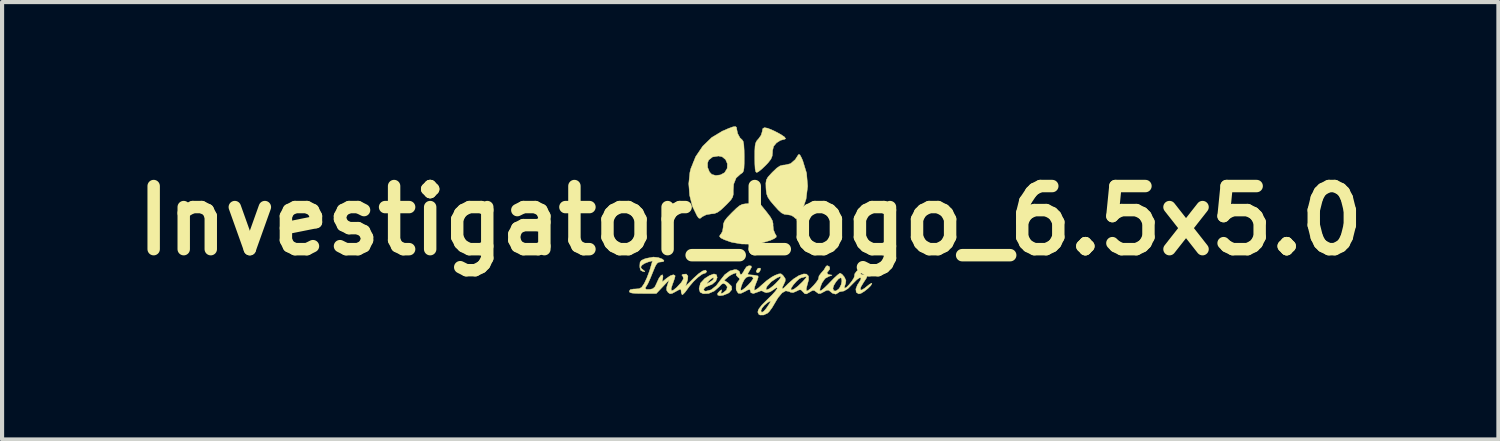
<source format=kicad_pcb>
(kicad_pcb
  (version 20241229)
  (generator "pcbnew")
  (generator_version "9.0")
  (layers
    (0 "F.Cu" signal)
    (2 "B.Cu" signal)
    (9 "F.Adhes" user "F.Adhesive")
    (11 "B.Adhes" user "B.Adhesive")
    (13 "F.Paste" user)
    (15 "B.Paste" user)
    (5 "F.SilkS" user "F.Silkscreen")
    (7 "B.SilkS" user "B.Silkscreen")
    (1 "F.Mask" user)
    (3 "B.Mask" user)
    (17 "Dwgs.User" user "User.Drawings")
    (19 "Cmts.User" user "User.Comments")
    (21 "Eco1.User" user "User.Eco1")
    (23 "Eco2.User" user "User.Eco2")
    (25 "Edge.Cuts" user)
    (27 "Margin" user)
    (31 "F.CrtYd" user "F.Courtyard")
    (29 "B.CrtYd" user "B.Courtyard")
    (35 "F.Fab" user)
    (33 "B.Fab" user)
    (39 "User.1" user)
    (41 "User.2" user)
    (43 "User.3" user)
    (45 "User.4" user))
  (footprint "Investigator_Logo_6.5x5.0"
    (layer "F.Cu")
    (at 15.066 2.277)
    (property "Reference" "Investigator_Logo_6.5x5.0" (at 0 0 0) (layer "F.SilkS") (effects (font (size 1.524 1.524) (thickness 0.3))))
    (attr through_hole)
    (fp_poly (pts (xy 0.246 1.148) (xy 0.248 1.185) (xy 0.219 1.241) (xy 0.177 1.262) (xy 0.148 1.241) (xy 0.145 1.222) (xy 0.175 1.164) (xy 0.202 1.147) (xy 0.246 1.148)) (stroke (width 0.01) (type solid)) (fill yes) (layer "F.SilkS"))
    (fp_poly (pts (xy 0.394 -0.209) (xy 0.486 -0.087) (xy 0.536 0.004) (xy 0.552 0.08) (xy 0.55 0.11) (xy 0.561 0.222) (xy 0.597 0.312) (xy 0.629 0.366) (xy 0.626 0.401) (xy 0.578 0.435) (xy 0.485 0.477) (xy 0.281 0.539) (xy 0.041 0.569) (xy -0.208 0.564) (xy -0.437 0.525) (xy -0.486 0.511) (xy -0.632 0.458) (xy -0.715 0.416) (xy -0.743 0.378) (xy -0.721 0.338) (xy -0.709 0.328) (xy -0.67 0.26) (xy -0.653 0.156) (xy -0.653 0.149) (xy -0.646 0.074) (xy -0.617 0.005) (xy -0.555 -0.076) (xy -0.45 -0.185) (xy -0.44 -0.195) (xy -0.334 -0.298) (xy -0.257 -0.361) (xy -0.189 -0.394) (xy -0.107 -0.407) (xy -0.001 -0.411) (xy 0.225 -0.417) (xy 0.394 -0.209)) (stroke (width 0.01) (type solid)) (fill yes) (layer "F.SilkS"))
    (fp_poly (pts (xy 0.421 -2.231) (xy 0.549 -2.178) (xy 0.602 -2.153) (xy 0.743 -2.077) (xy 0.829 -2.018) (xy 0.855 -1.977) (xy 0.818 -1.96) (xy 0.805 -1.959) (xy 0.727 -1.937) (xy 0.639 -1.881) (xy 0.633 -1.877) (xy 0.564 -1.794) (xy 0.539 -1.69) (xy 0.538 -1.65) (xy 0.53 -1.561) (xy 0.499 -1.485) (xy 0.432 -1.398) (xy 0.37 -1.333) (xy 0.278 -1.245) (xy 0.2 -1.183) (xy 0.156 -1.161) (xy 0.133 -1.181) (xy 0.118 -1.247) (xy 0.111 -1.368) (xy 0.109 -1.522) (xy 0.11 -1.69) (xy 0.116 -1.801) (xy 0.131 -1.874) (xy 0.157 -1.926) (xy 0.198 -1.973) (xy 0.2 -1.974) (xy 0.262 -2.062) (xy 0.29 -2.152) (xy 0.29 -2.157) (xy 0.302 -2.221) (xy 0.342 -2.245) (xy 0.421 -2.231)) (stroke (width 0.01) (type solid)) (fill yes) (layer "F.SilkS"))
    (fp_poly (pts (xy 1.2 -1.586) (xy 1.238 -1.516) (xy 1.268 -1.447) (xy 1.36 -1.146) (xy 1.386 -0.831) (xy 1.348 -0.519) (xy 1.25 -0.234) (xy 1.188 -0.113) (xy 1.143 -0.053) (xy 1.103 -0.045) (xy 1.058 -0.083) (xy 1.052 -0.091) (xy 0.986 -0.129) (xy 0.89 -0.145) (xy 0.888 -0.145) (xy 0.819 -0.154) (xy 0.754 -0.187) (xy 0.677 -0.257) (xy 0.58 -0.364) (xy 0.483 -0.479) (xy 0.426 -0.565) (xy 0.396 -0.645) (xy 0.383 -0.742) (xy 0.38 -0.79) (xy 0.377 -0.904) (xy 0.389 -0.982) (xy 0.427 -1.05) (xy 0.503 -1.134) (xy 0.537 -1.17) (xy 0.64 -1.268) (xy 0.719 -1.321) (xy 0.796 -1.341) (xy 0.836 -1.343) (xy 0.972 -1.375) (xy 1.086 -1.473) (xy 1.15 -1.573) (xy 1.174 -1.601) (xy 1.2 -1.586)) (stroke (width 0.01) (type solid)) (fill yes) (layer "F.SilkS"))
    (fp_poly (pts (xy -0.332 -2.253) (xy -0.327 -2.213) (xy -0.304 -2.102) (xy -0.248 -1.999) (xy -0.194 -1.949) (xy -0.17 -1.912) (xy -0.155 -1.83) (xy -0.147 -1.692) (xy -0.145 -1.546) (xy -0.146 -1.378) (xy -0.151 -1.267) (xy -0.163 -1.199) (xy -0.184 -1.16) (xy -0.219 -1.134) (xy -0.232 -1.127) (xy -0.341 -1.029) (xy -0.4 -0.881) (xy -0.41 -0.726) (xy -0.409 -0.636) (xy -0.425 -0.569) (xy -0.466 -0.502) (xy -0.545 -0.417) (xy -0.6 -0.362) (xy -0.71 -0.258) (xy -0.792 -0.199) (xy -0.866 -0.17) (xy -0.941 -0.163) (xy -1.061 -0.143) (xy -1.153 -0.098) (xy -1.157 -0.095) (xy -1.211 -0.053) (xy -1.247 -0.064) (xy -1.283 -0.115) (xy -1.395 -0.343) (xy -1.463 -0.609) (xy -1.485 -0.89) (xy -1.457 -1.163) (xy -1.435 -1.254) (xy -1.377 -1.397) (xy -1.031 -1.397) (xy -1.029 -1.285) (xy -0.984 -1.174) (xy -0.929 -1.116) (xy -0.833 -1.089) (xy -0.719 -1.104) (xy -0.623 -1.156) (xy -0.617 -1.161) (xy -0.556 -1.263) (xy -0.552 -1.374) (xy -0.595 -1.474) (xy -0.679 -1.542) (xy -0.766 -1.56) (xy -0.911 -1.537) (xy -1.001 -1.465) (xy -1.031 -1.397) (xy -1.377 -1.397) (xy -1.318 -1.544) (xy -1.146 -1.798) (xy -0.93 -2.007) (xy -0.677 -2.159) (xy -0.676 -2.16) (xy -0.52 -2.227) (xy -0.418 -2.264) (xy -0.359 -2.272) (xy -0.332 -2.253)) (stroke (width 0.01) (type solid)) (fill yes) (layer "F.SilkS"))
    (fp_poly (pts (xy -2.22 0.893) (xy -2.126 0.927) (xy -2.083 0.963) (xy -2.096 0.99) (xy -2.163 0.999) (xy -2.213 1.005) (xy -2.253 1.035) (xy -2.293 1.101) (xy -2.342 1.218) (xy -2.362 1.267) (xy -2.416 1.399) (xy -2.464 1.506) (xy -2.498 1.568) (xy -2.503 1.574) (xy -2.539 1.631) (xy -2.508 1.661) (xy -2.427 1.662) (xy -2.352 1.645) (xy -2.301 1.598) (xy -2.255 1.502) (xy -2.25 1.489) (xy -2.202 1.387) (xy -2.155 1.324) (xy -2.121 1.307) (xy -2.107 1.343) (xy -2.112 1.391) (xy -2.13 1.485) (xy -2.024 1.396) (xy -1.931 1.332) (xy -1.857 1.307) (xy -1.817 1.325) (xy -1.814 1.342) (xy -1.827 1.395) (xy -1.858 1.487) (xy -1.873 1.525) (xy -1.91 1.637) (xy -1.905 1.69) (xy -1.86 1.682) (xy -1.776 1.614) (xy -1.774 1.612) (xy -1.663 1.492) (xy -1.613 1.404) (xy -1.625 1.348) (xy -1.632 1.343) (xy -1.653 1.314) (xy -1.624 1.297) (xy -1.544 1.29) (xy -1.505 1.338) (xy -1.512 1.432) (xy -1.519 1.453) (xy -1.547 1.534) (xy -1.56 1.577) (xy -1.56 1.578) (xy -1.537 1.558) (xy -1.475 1.499) (xy -1.386 1.411) (xy -1.366 1.391) (xy -1.246 1.282) (xy -1.148 1.215) (xy -1.081 1.195) (xy -1.053 1.225) (xy -1.052 1.234) (xy -1.081 1.267) (xy -1.098 1.27) (xy -1.167 1.297) (xy -1.262 1.368) (xy -1.367 1.467) (xy -1.466 1.582) (xy -1.515 1.649) (xy -1.579 1.735) (xy -1.628 1.784) (xy -1.646 1.789) (xy -1.666 1.737) (xy -1.669 1.701) (xy -1.674 1.663) (xy -1.702 1.66) (xy -1.768 1.694) (xy -1.799 1.712) (xy -1.885 1.758) (xy -1.936 1.766) (xy -1.978 1.739) (xy -1.985 1.732) (xy -2.02 1.679) (xy -2.017 1.609) (xy -2 1.554) (xy -1.959 1.433) (xy -2.268 1.76) (xy -2.594 1.76) (xy -2.754 1.758) (xy -2.853 1.75) (xy -2.905 1.735) (xy -2.921 1.709) (xy -2.921 1.705) (xy -2.897 1.667) (xy -2.817 1.652) (xy -2.777 1.651) (xy -2.683 1.644) (xy -2.623 1.612) (xy -2.57 1.535) (xy -2.553 1.506) (xy -2.495 1.382) (xy -2.439 1.234) (xy -2.417 1.166) (xy -2.36 0.972) (xy -2.459 0.997) (xy -2.554 1.034) (xy -2.613 1.075) (xy -2.646 1.121) (xy -2.624 1.161) (xy -2.594 1.185) (xy -2.544 1.225) (xy -2.551 1.234) (xy -2.594 1.227) (xy -2.646 1.2) (xy -2.666 1.13) (xy -2.667 1.088) (xy -2.661 1.008) (xy -2.63 0.962) (xy -2.556 0.927) (xy -2.507 0.911) (xy -2.338 0.88) (xy -2.22 0.893)) (stroke (width 0.01) (type solid)) (fill yes) (layer "F.SilkS"))
    (fp_poly (pts (xy 1.914 1.115) (xy 1.92 1.17) (xy 1.887 1.216) (xy 1.851 1.261) (xy 1.878 1.298) (xy 1.932 1.31) (xy 1.975 1.315) (xy 1.954 1.329) (xy 1.902 1.345) (xy 1.807 1.397) (xy 1.736 1.499) (xy 1.724 1.524) (xy 1.689 1.618) (xy 1.679 1.683) (xy 1.684 1.696) (xy 1.719 1.684) (xy 1.776 1.638) (xy 1.996 1.638) (xy 2.017 1.694) (xy 2.07 1.699) (xy 2.134 1.653) (xy 2.157 1.625) (xy 2.196 1.544) (xy 2.212 1.46) (xy 2.204 1.397) (xy 2.18 1.379) (xy 2.13 1.408) (xy 2.07 1.478) (xy 2.019 1.562) (xy 1.996 1.634) (xy 1.996 1.638) (xy 1.776 1.638) (xy 1.789 1.627) (xy 1.881 1.538) (xy 1.921 1.496) (xy 2.021 1.393) (xy 2.106 1.315) (xy 2.161 1.273) (xy 2.171 1.27) (xy 2.218 1.298) (xy 2.272 1.362) (xy 2.311 1.447) (xy 2.3 1.525) (xy 2.292 1.544) (xy 2.273 1.608) (xy 2.284 1.633) (xy 2.328 1.607) (xy 2.391 1.543) (xy 2.454 1.462) (xy 2.502 1.387) (xy 2.518 1.338) (xy 2.517 1.334) (xy 2.523 1.286) (xy 2.568 1.224) (xy 2.63 1.175) (xy 2.674 1.161) (xy 2.705 1.175) (xy 2.688 1.228) (xy 2.685 1.234) (xy 2.666 1.287) (xy 2.699 1.305) (xy 2.738 1.306) (xy 2.803 1.312) (xy 2.824 1.337) (xy 2.801 1.394) (xy 2.736 1.493) (xy 2.671 1.601) (xy 2.656 1.664) (xy 2.687 1.677) (xy 2.76 1.635) (xy 2.805 1.598) (xy 2.881 1.538) (xy 2.93 1.511) (xy 2.939 1.516) (xy 2.911 1.569) (xy 2.842 1.638) (xy 2.755 1.707) (xy 2.672 1.757) (xy 2.619 1.77) (xy 2.56 1.73) (xy 2.55 1.652) (xy 2.589 1.551) (xy 2.611 1.519) (xy 2.667 1.428) (xy 2.674 1.382) (xy 2.641 1.38) (xy 2.576 1.423) (xy 2.488 1.51) (xy 2.478 1.52) (xy 2.357 1.643) (xy 2.262 1.7) (xy 2.231 1.705) (xy 2.155 1.719) (xy 2.123 1.742) (xy 2.066 1.776) (xy 1.987 1.755) (xy 1.941 1.718) (xy 1.894 1.68) (xy 1.847 1.682) (xy 1.772 1.721) (xy 1.696 1.761) (xy 1.648 1.762) (xy 1.597 1.724) (xy 1.545 1.686) (xy 1.498 1.689) (xy 1.432 1.728) (xy 1.361 1.769) (xy 1.32 1.767) (xy 1.275 1.721) (xy 1.274 1.72) (xy 1.227 1.673) (xy 1.18 1.672) (xy 1.116 1.704) (xy 1.034 1.739) (xy 0.97 1.729) (xy 0.943 1.714) (xy 0.858 1.695) (xy 0.768 1.745) (xy 0.67 1.863) (xy 0.594 1.99) (xy 0.526 2.104) (xy 0.458 2.196) (xy 0.418 2.235) (xy 0.323 2.279) (xy 0.237 2.28) (xy 0.206 2.262) (xy 0.182 2.208) (xy 0.192 2.178) (xy 0.257 2.178) (xy 0.273 2.211) (xy 0.288 2.213) (xy 0.33 2.186) (xy 0.386 2.121) (xy 0.391 2.114) (xy 0.462 2.008) (xy 0.491 1.954) (xy 0.48 1.945) (xy 0.43 1.972) (xy 0.42 1.979) (xy 0.34 2.045) (xy 0.282 2.117) (xy 0.257 2.178) (xy 0.192 2.178) (xy 0.206 2.136) (xy 0.281 2.038) (xy 0.413 1.906) (xy 0.417 1.902) (xy 0.523 1.799) (xy 0.604 1.709) (xy 0.642 1.656) (xy 0.98 1.656) (xy 1.002 1.678) (xy 1.063 1.651) (xy 1.152 1.583) (xy 1.26 1.48) (xy 1.288 1.449) (xy 1.348 1.378) (xy 1.354 1.351) (xy 1.331 1.355) (xy 1.26 1.375) (xy 1.234 1.379) (xy 1.183 1.405) (xy 1.113 1.469) (xy 1.042 1.549) (xy 0.992 1.622) (xy 0.98 1.656) (xy 0.642 1.656) (xy 0.648 1.647) (xy 0.653 1.633) (xy 0.633 1.616) (xy 0.574 1.659) (xy 0.569 1.663) (xy 0.479 1.721) (xy 0.387 1.741) (xy 0.319 1.718) (xy 0.309 1.706) (xy 0.262 1.694) (xy 0.178 1.725) (xy 0.076 1.761) (xy 0.015 1.741) (xy 0 1.686) (xy -0.014 1.661) (xy -0.065 1.676) (xy -0.126 1.71) (xy -0.227 1.758) (xy -0.29 1.753) (xy -0.33 1.691) (xy -0.338 1.663) (xy -0.233 1.663) (xy -0.228 1.683) (xy -0.191 1.675) (xy -0.126 1.626) (xy -0.051 1.556) (xy 0.019 1.48) (xy 0.064 1.415) (xy 0.073 1.39) (xy 0.044 1.352) (xy -0.023 1.345) (xy -0.098 1.371) (xy -0.098 1.372) (xy -0.141 1.421) (xy -0.185 1.504) (xy -0.219 1.594) (xy -0.233 1.663) (xy -0.338 1.663) (xy -0.342 1.647) (xy -0.34 1.54) (xy -0.302 1.48) (xy -0.258 1.425) (xy -0.266 1.39) (xy -0.299 1.363) (xy -0.339 1.318) (xy -0.338 1.294) (xy -0.325 1.266) (xy -0.357 1.266) (xy -0.417 1.287) (xy -0.485 1.323) (xy -0.531 1.356) (xy -0.63 1.441) (xy -0.533 1.505) (xy -0.453 1.584) (xy -0.445 1.664) (xy -0.507 1.738) (xy -0.542 1.759) (xy -0.651 1.802) (xy -0.737 1.814) (xy -0.786 1.798) (xy -0.788 1.757) (xy -0.737 1.701) (xy -0.693 1.67) (xy -0.692 1.694) (xy -0.7 1.715) (xy -0.709 1.759) (xy -0.676 1.753) (xy -0.65 1.74) (xy -0.572 1.674) (xy -0.554 1.601) (xy -0.597 1.539) (xy -0.647 1.515) (xy -0.693 1.536) (xy -0.747 1.594) (xy -0.868 1.7) (xy -1.005 1.76) (xy -1.136 1.765) (xy -1.142 1.763) (xy -1.21 1.729) (xy -1.233 1.658) (xy -1.234 1.632) (xy -1.201 1.51) (xy -1.047 1.51) (xy -1.042 1.518) (xy -0.991 1.493) (xy -0.92 1.447) (xy -0.889 1.415) (xy -0.88 1.38) (xy -0.911 1.384) (xy -0.963 1.42) (xy -1.001 1.457) (xy -1.047 1.51) (xy -1.201 1.51) (xy -1.2 1.508) (xy -1.098 1.398) (xy -0.981 1.325) (xy -0.876 1.287) (xy -0.816 1.307) (xy -0.798 1.375) (xy -0.831 1.462) (xy -0.919 1.537) (xy -1.025 1.58) (xy -1.093 1.613) (xy -1.124 1.659) (xy -1.111 1.696) (xy -1.072 1.705) (xy -0.943 1.67) (xy -0.818 1.569) (xy -0.724 1.443) (xy -0.615 1.305) (xy -0.492 1.215) (xy -0.371 1.182) (xy -0.321 1.188) (xy -0.265 1.225) (xy -0.254 1.256) (xy -0.239 1.303) (xy -0.204 1.293) (xy -0.16 1.231) (xy -0.145 1.197) (xy -0.09 1.115) (xy -0.032 1.089) (xy 0.022 1.095) (xy 0.03 1.126) (xy -0.008 1.195) (xy -0.022 1.217) (xy -0.059 1.28) (xy -0.049 1.305) (xy 0.005 1.31) (xy 0.087 1.317) (xy 0.127 1.323) (xy 0.185 1.336) (xy 0.189 1.337) (xy 0.191 1.37) (xy 0.166 1.447) (xy 0.146 1.495) (xy 0.109 1.593) (xy 0.095 1.664) (xy 0.097 1.68) (xy 0.131 1.673) (xy 0.15 1.66) (xy 0.378 1.66) (xy 0.406 1.671) (xy 0.468 1.641) (xy 0.554 1.574) (xy 0.613 1.519) (xy 0.706 1.42) (xy 0.742 1.363) (xy 0.723 1.349) (xy 0.647 1.381) (xy 0.647 1.381) (xy 0.506 1.476) (xy 0.406 1.586) (xy 0.395 1.605) (xy 0.378 1.66) (xy 0.15 1.66) (xy 0.2 1.625) (xy 0.286 1.547) (xy 0.4 1.448) (xy 0.521 1.363) (xy 0.597 1.322) (xy 0.689 1.287) (xy 0.742 1.284) (xy 0.782 1.315) (xy 0.805 1.342) (xy 0.846 1.405) (xy 0.844 1.463) (xy 0.816 1.525) (xy 0.773 1.616) (xy 0.769 1.651) (xy 0.807 1.63) (xy 0.888 1.552) (xy 0.912 1.527) (xy 1.046 1.409) (xy 1.177 1.326) (xy 1.292 1.287) (xy 1.359 1.292) (xy 1.406 1.34) (xy 1.409 1.432) (xy 1.375 1.557) (xy 1.354 1.642) (xy 1.357 1.695) (xy 1.359 1.698) (xy 1.395 1.689) (xy 1.458 1.639) (xy 1.531 1.565) (xy 1.598 1.486) (xy 1.644 1.418) (xy 1.652 1.381) (xy 1.661 1.336) (xy 1.711 1.268) (xy 1.723 1.256) (xy 1.784 1.185) (xy 1.814 1.131) (xy 1.814 1.127) (xy 1.844 1.093) (xy 1.869 1.089) (xy 1.914 1.115)) (stroke (width 0.01) (type solid)) (fill yes) (layer "F.SilkS")))
  (gr_rect
    (start -3 -3)
    (end 33.132 7.562)
    (stroke (width 0.1) (type default))
    (fill no)
    (layer "Edge.Cuts")))
</source>
